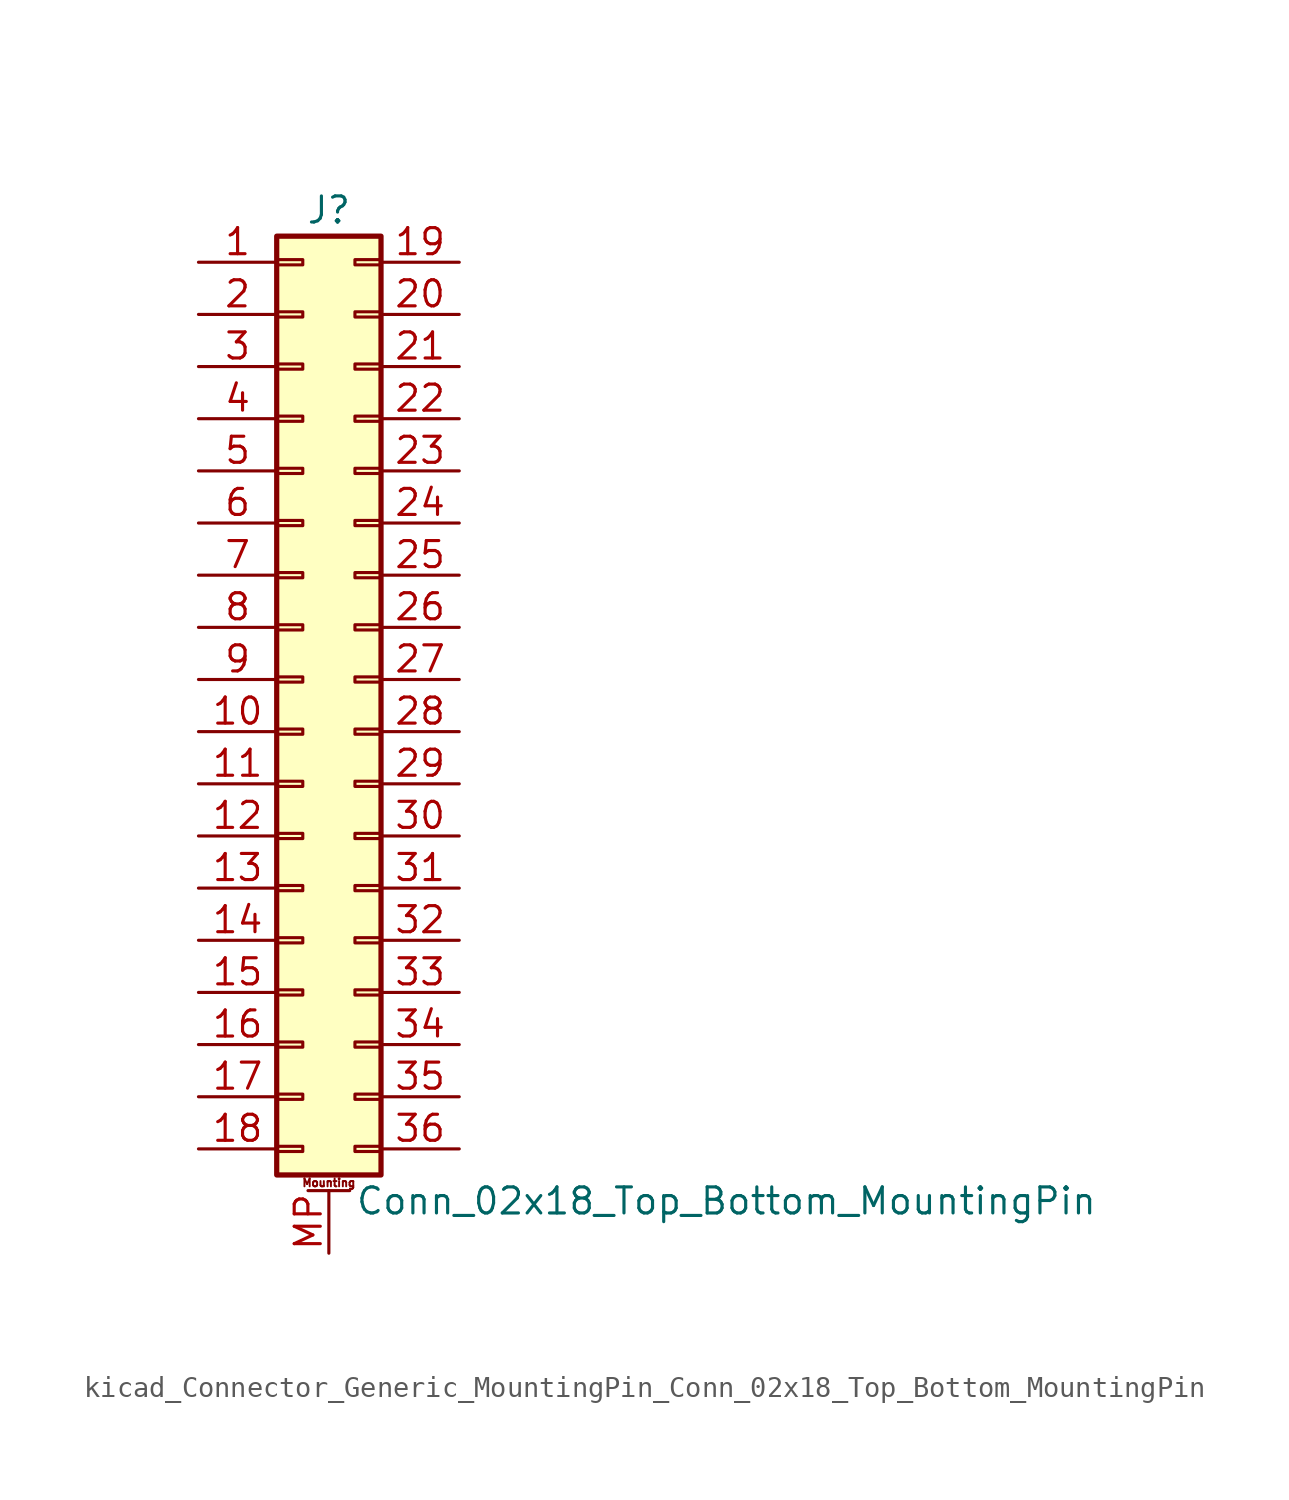
<source format=kicad_sym>
(kicad_symbol_lib
  (version 20220914)
  (generator kicad_symbol_editor)
  (symbol "kicad_Connector_Generic_MountingPin_Conn_02x18_Top_Bottom_MountingPin"
    (pin_names
      (offset 1.016) hide)
    (property "Reference" "J"
      (at 1.27 22.86 0)
      (effects (font (size 1.27 1.27))))
    (property "Value" "Conn_02x18_Top_Bottom_MountingPin"
      (at 2.54 -25.4 0)
      (effects (font (size 1.27 1.27)) (justify left)))
    (symbol "kicad_Connector_Generic_MountingPin_Conn_02x18_Top_Bottom_MountingPin_1_1"
      (rectangle (start -1.27 -22.733) (end 0 -22.987) (stroke (width 0.152) (type default)) (fill (type none)))
      (rectangle (start -1.27 -20.193) (end 0 -20.447) (stroke (width 0.152) (type default)) (fill (type none)))
      (rectangle (start -1.27 -17.653) (end 0 -17.907) (stroke (width 0.152) (type default)) (fill (type none)))
      (rectangle (start -1.27 -15.113) (end 0 -15.367) (stroke (width 0.152) (type default)) (fill (type none)))
      (rectangle (start -1.27 -12.573) (end 0 -12.827) (stroke (width 0.152) (type default)) (fill (type none)))
      (rectangle (start -1.27 -10.033) (end 0 -10.287) (stroke (width 0.152) (type default)) (fill (type none)))
      (rectangle (start -1.27 -7.493) (end 0 -7.747) (stroke (width 0.152) (type default)) (fill (type none)))
      (rectangle (start -1.27 -4.953) (end 0 -5.207) (stroke (width 0.152) (type default)) (fill (type none)))
      (rectangle (start -1.27 -2.413) (end 0 -2.667) (stroke (width 0.152) (type default)) (fill (type none)))
      (rectangle (start -1.27 0.127) (end 0 -0.127) (stroke (width 0.152) (type default)) (fill (type none)))
      (rectangle (start -1.27 2.667) (end 0 2.413) (stroke (width 0.152) (type default)) (fill (type none)))
      (rectangle (start -1.27 5.207) (end 0 4.953) (stroke (width 0.152) (type default)) (fill (type none)))
      (rectangle (start -1.27 7.747) (end 0 7.493) (stroke (width 0.152) (type default)) (fill (type none)))
      (rectangle (start -1.27 10.287) (end 0 10.033) (stroke (width 0.152) (type default)) (fill (type none)))
      (rectangle (start -1.27 12.827) (end 0 12.573) (stroke (width 0.152) (type default)) (fill (type none)))
      (rectangle (start -1.27 15.367) (end 0 15.113) (stroke (width 0.152) (type default)) (fill (type none)))
      (rectangle (start -1.27 17.907) (end 0 17.653) (stroke (width 0.152) (type default)) (fill (type none)))
      (rectangle (start -1.27 20.447) (end 0 20.193) (stroke (width 0.152) (type default)) (fill (type none)))
      (rectangle (start -1.27 21.59) (end 3.81 -24.13) (stroke (width 0.254) (type default)) (fill (type background)))
      (polyline (pts (xy 0.254 -24.892) (xy 2.286 -24.892)) (stroke (width 0.152) (type default)) (fill (type none)))
      (rectangle (start 3.81 -22.733) (end 2.54 -22.987) (stroke (width 0.152) (type default)) (fill (type none)))
      (rectangle (start 3.81 -20.193) (end 2.54 -20.447) (stroke (width 0.152) (type default)) (fill (type none)))
      (rectangle (start 3.81 -17.653) (end 2.54 -17.907) (stroke (width 0.152) (type default)) (fill (type none)))
      (rectangle (start 3.81 -15.113) (end 2.54 -15.367) (stroke (width 0.152) (type default)) (fill (type none)))
      (rectangle (start 3.81 -12.573) (end 2.54 -12.827) (stroke (width 0.152) (type default)) (fill (type none)))
      (rectangle (start 3.81 -10.033) (end 2.54 -10.287) (stroke (width 0.152) (type default)) (fill (type none)))
      (rectangle (start 3.81 -7.493) (end 2.54 -7.747) (stroke (width 0.152) (type default)) (fill (type none)))
      (rectangle (start 3.81 -4.953) (end 2.54 -5.207) (stroke (width 0.152) (type default)) (fill (type none)))
      (rectangle (start 3.81 -2.413) (end 2.54 -2.667) (stroke (width 0.152) (type default)) (fill (type none)))
      (rectangle (start 3.81 0.127) (end 2.54 -0.127) (stroke (width 0.152) (type default)) (fill (type none)))
      (rectangle (start 3.81 2.667) (end 2.54 2.413) (stroke (width 0.152) (type default)) (fill (type none)))
      (rectangle (start 3.81 5.207) (end 2.54 4.953) (stroke (width 0.152) (type default)) (fill (type none)))
      (rectangle (start 3.81 7.747) (end 2.54 7.493) (stroke (width 0.152) (type default)) (fill (type none)))
      (rectangle (start 3.81 10.287) (end 2.54 10.033) (stroke (width 0.152) (type default)) (fill (type none)))
      (rectangle (start 3.81 12.827) (end 2.54 12.573) (stroke (width 0.152) (type default)) (fill (type none)))
      (rectangle (start 3.81 15.367) (end 2.54 15.113) (stroke (width 0.152) (type default)) (fill (type none)))
      (rectangle (start 3.81 17.907) (end 2.54 17.653) (stroke (width 0.152) (type default)) (fill (type none)))
      (rectangle (start 3.81 20.447) (end 2.54 20.193) (stroke (width 0.152) (type default)) (fill (type none)))
      (text "Mounting" (at 1.27 -24.511 0) (effects (font (size 0.381 0.381))))
      (pin passive line (at -5.08 20.32 0) (length 3.81) (name "Pin_1" (effects (font (size 1.27 1.27)))) (number "1" (effects (font (size 1.27 1.27)))))
      (pin passive line (at -5.08 -2.54 0) (length 3.81) (name "Pin_10" (effects (font (size 1.27 1.27)))) (number "10" (effects (font (size 1.27 1.27)))))
      (pin passive line (at -5.08 -5.08 0) (length 3.81) (name "Pin_11" (effects (font (size 1.27 1.27)))) (number "11" (effects (font (size 1.27 1.27)))))
      (pin passive line (at -5.08 -7.62 0) (length 3.81) (name "Pin_12" (effects (font (size 1.27 1.27)))) (number "12" (effects (font (size 1.27 1.27)))))
      (pin passive line (at -5.08 -10.16 0) (length 3.81) (name "Pin_13" (effects (font (size 1.27 1.27)))) (number "13" (effects (font (size 1.27 1.27)))))
      (pin passive line (at -5.08 -12.7 0) (length 3.81) (name "Pin_14" (effects (font (size 1.27 1.27)))) (number "14" (effects (font (size 1.27 1.27)))))
      (pin passive line (at -5.08 -15.24 0) (length 3.81) (name "Pin_15" (effects (font (size 1.27 1.27)))) (number "15" (effects (font (size 1.27 1.27)))))
      (pin passive line (at -5.08 -17.78 0) (length 3.81) (name "Pin_16" (effects (font (size 1.27 1.27)))) (number "16" (effects (font (size 1.27 1.27)))))
      (pin passive line (at -5.08 -20.32 0) (length 3.81) (name "Pin_17" (effects (font (size 1.27 1.27)))) (number "17" (effects (font (size 1.27 1.27)))))
      (pin passive line (at -5.08 -22.86 0) (length 3.81) (name "Pin_18" (effects (font (size 1.27 1.27)))) (number "18" (effects (font (size 1.27 1.27)))))
      (pin passive line (at 7.62 20.32 180) (length 3.81) (name "Pin_19" (effects (font (size 1.27 1.27)))) (number "19" (effects (font (size 1.27 1.27)))))
      (pin passive line (at -5.08 17.78 0) (length 3.81) (name "Pin_2" (effects (font (size 1.27 1.27)))) (number "2" (effects (font (size 1.27 1.27)))))
      (pin passive line (at 7.62 17.78 180) (length 3.81) (name "Pin_20" (effects (font (size 1.27 1.27)))) (number "20" (effects (font (size 1.27 1.27)))))
      (pin passive line (at 7.62 15.24 180) (length 3.81) (name "Pin_21" (effects (font (size 1.27 1.27)))) (number "21" (effects (font (size 1.27 1.27)))))
      (pin passive line (at 7.62 12.7 180) (length 3.81) (name "Pin_22" (effects (font (size 1.27 1.27)))) (number "22" (effects (font (size 1.27 1.27)))))
      (pin passive line (at 7.62 10.16 180) (length 3.81) (name "Pin_23" (effects (font (size 1.27 1.27)))) (number "23" (effects (font (size 1.27 1.27)))))
      (pin passive line (at 7.62 7.62 180) (length 3.81) (name "Pin_24" (effects (font (size 1.27 1.27)))) (number "24" (effects (font (size 1.27 1.27)))))
      (pin passive line (at 7.62 5.08 180) (length 3.81) (name "Pin_25" (effects (font (size 1.27 1.27)))) (number "25" (effects (font (size 1.27 1.27)))))
      (pin passive line (at 7.62 2.54 180) (length 3.81) (name "Pin_26" (effects (font (size 1.27 1.27)))) (number "26" (effects (font (size 1.27 1.27)))))
      (pin passive line (at 7.62 0 180) (length 3.81) (name "Pin_27" (effects (font (size 1.27 1.27)))) (number "27" (effects (font (size 1.27 1.27)))))
      (pin passive line (at 7.62 -2.54 180) (length 3.81) (name "Pin_28" (effects (font (size 1.27 1.27)))) (number "28" (effects (font (size 1.27 1.27)))))
      (pin passive line (at 7.62 -5.08 180) (length 3.81) (name "Pin_29" (effects (font (size 1.27 1.27)))) (number "29" (effects (font (size 1.27 1.27)))))
      (pin passive line (at -5.08 15.24 0) (length 3.81) (name "Pin_3" (effects (font (size 1.27 1.27)))) (number "3" (effects (font (size 1.27 1.27)))))
      (pin passive line (at 7.62 -7.62 180) (length 3.81) (name "Pin_30" (effects (font (size 1.27 1.27)))) (number "30" (effects (font (size 1.27 1.27)))))
      (pin passive line (at 7.62 -10.16 180) (length 3.81) (name "Pin_31" (effects (font (size 1.27 1.27)))) (number "31" (effects (font (size 1.27 1.27)))))
      (pin passive line (at 7.62 -12.7 180) (length 3.81) (name "Pin_32" (effects (font (size 1.27 1.27)))) (number "32" (effects (font (size 1.27 1.27)))))
      (pin passive line (at 7.62 -15.24 180) (length 3.81) (name "Pin_33" (effects (font (size 1.27 1.27)))) (number "33" (effects (font (size 1.27 1.27)))))
      (pin passive line (at 7.62 -17.78 180) (length 3.81) (name "Pin_34" (effects (font (size 1.27 1.27)))) (number "34" (effects (font (size 1.27 1.27)))))
      (pin passive line (at 7.62 -20.32 180) (length 3.81) (name "Pin_35" (effects (font (size 1.27 1.27)))) (number "35" (effects (font (size 1.27 1.27)))))
      (pin passive line (at 7.62 -22.86 180) (length 3.81) (name "Pin_36" (effects (font (size 1.27 1.27)))) (number "36" (effects (font (size 1.27 1.27)))))
      (pin passive line (at -5.08 12.7 0) (length 3.81) (name "Pin_4" (effects (font (size 1.27 1.27)))) (number "4" (effects (font (size 1.27 1.27)))))
      (pin passive line (at -5.08 10.16 0) (length 3.81) (name "Pin_5" (effects (font (size 1.27 1.27)))) (number "5" (effects (font (size 1.27 1.27)))))
      (pin passive line (at -5.08 7.62 0) (length 3.81) (name "Pin_6" (effects (font (size 1.27 1.27)))) (number "6" (effects (font (size 1.27 1.27)))))
      (pin passive line (at -5.08 5.08 0) (length 3.81) (name "Pin_7" (effects (font (size 1.27 1.27)))) (number "7" (effects (font (size 1.27 1.27)))))
      (pin passive line (at -5.08 2.54 0) (length 3.81) (name "Pin_8" (effects (font (size 1.27 1.27)))) (number "8" (effects (font (size 1.27 1.27)))))
      (pin passive line (at -5.08 0 0) (length 3.81) (name "Pin_9" (effects (font (size 1.27 1.27)))) (number "9" (effects (font (size 1.27 1.27)))))
      (pin passive line (at 1.27 -27.94 90) (length 3.048) (name "MountPin" (effects (font (size 1.27 1.27)))) (number "MP" (effects (font (size 1.27 1.27))))))))
</source>
